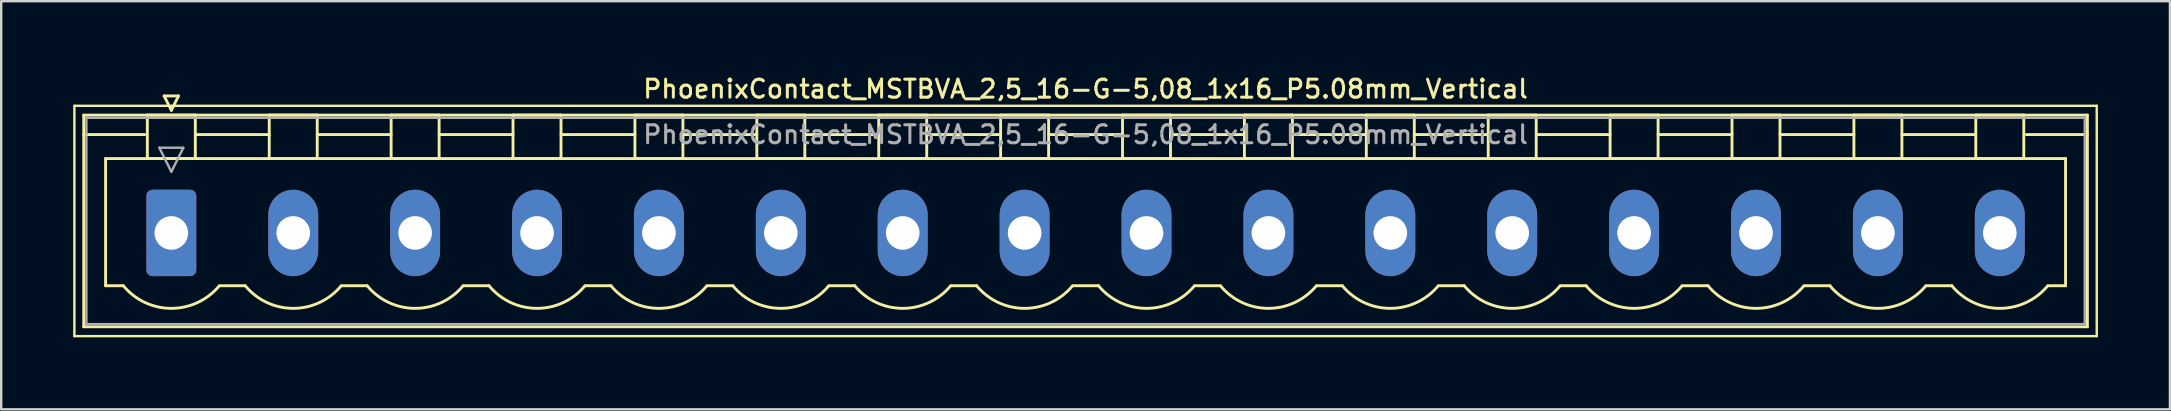
<source format=kicad_pcb>
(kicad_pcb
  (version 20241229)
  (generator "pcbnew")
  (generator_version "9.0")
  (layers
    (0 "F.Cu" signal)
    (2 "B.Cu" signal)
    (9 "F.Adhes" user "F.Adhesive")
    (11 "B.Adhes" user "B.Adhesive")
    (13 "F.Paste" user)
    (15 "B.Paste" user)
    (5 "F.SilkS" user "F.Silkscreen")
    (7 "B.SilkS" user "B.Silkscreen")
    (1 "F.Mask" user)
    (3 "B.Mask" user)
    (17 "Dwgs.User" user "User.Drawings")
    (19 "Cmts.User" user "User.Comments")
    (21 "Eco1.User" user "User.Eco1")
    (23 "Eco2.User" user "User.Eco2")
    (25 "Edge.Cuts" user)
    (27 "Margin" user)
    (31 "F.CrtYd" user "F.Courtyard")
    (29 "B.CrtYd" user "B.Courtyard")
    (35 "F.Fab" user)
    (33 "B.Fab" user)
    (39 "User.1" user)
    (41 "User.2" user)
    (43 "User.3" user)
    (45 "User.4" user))
  (footprint "PhoenixContact_MSTBVA_2,5_16-G-5,08_1x16_P5.08mm_Vertical"
    (layer "F.Cu")
    (at 4.09 6.658)
    (property "Reference" "PhoenixContact_MSTBVA_2,5_16-G-5,08_1x16_P5.08mm_Vertical" (at 38.1 -6 0) (layer "F.SilkS") (effects (font (size 0.75 0.75) (thickness 0.125))))
    (attr through_hole)
    (fp_line (start -4.04 -5.3) (end -4.04 4.3) (stroke (width 0.1) (type solid)) (layer "F.SilkS"))
    (fp_line (start -4.04 4.3) (end 80.24 4.3) (stroke (width 0.1) (type solid)) (layer "F.SilkS"))
    (fp_line (start -3.65 -4.91) (end -3.65 3.91) (stroke (width 0.12) (type solid)) (layer "F.SilkS"))
    (fp_line (start -3.65 -4.1) (end -1.11 -4.1) (stroke (width 0.12) (type solid)) (layer "F.SilkS"))
    (fp_line (start -3.65 3.91) (end 79.85 3.91) (stroke (width 0.12) (type solid)) (layer "F.SilkS"))
    (fp_line (start -2.74 -3.1) (end 78.94 -3.1) (stroke (width 0.12) (type solid)) (layer "F.SilkS"))
    (fp_line (start -2.74 2.2) (end -2.74 -3.1) (stroke (width 0.12) (type solid)) (layer "F.SilkS"))
    (fp_line (start -2 2.2) (end -2.74 2.2) (stroke (width 0.12) (type solid)) (layer "F.SilkS"))
    (fp_line (start -1 -4.91) (end 1 -4.91) (stroke (width 0.12) (type solid)) (layer "F.SilkS"))
    (fp_line (start -1 -3.1) (end -1 -4.91) (stroke (width 0.12) (type solid)) (layer "F.SilkS"))
    (fp_line (start -0.3 -5.71) (end 0.3 -5.71) (stroke (width 0.12) (type solid)) (layer "F.SilkS"))
    (fp_line (start 0 -5.11) (end -0.3 -5.71) (stroke (width 0.12) (type solid)) (layer "F.SilkS"))
    (fp_line (start 0.3 -5.71) (end 0 -5.11) (stroke (width 0.12) (type solid)) (layer "F.SilkS"))
    (fp_line (start 1 -4.91) (end 1 -3.1) (stroke (width 0.12) (type solid)) (layer "F.SilkS"))
    (fp_line (start 1 -4.1) (end 4.08 -4.1) (stroke (width 0.12) (type solid)) (layer "F.SilkS"))
    (fp_line (start 1 -3.1) (end -1 -3.1) (stroke (width 0.12) (type solid)) (layer "F.SilkS"))
    (fp_line (start 2 2.2) (end 3.08 2.2) (stroke (width 0.12) (type solid)) (layer "F.SilkS"))
    (fp_line (start 4.08 -4.91) (end 6.08 -4.91) (stroke (width 0.12) (type solid)) (layer "F.SilkS"))
    (fp_line (start 4.08 -3.1) (end 4.08 -4.91) (stroke (width 0.12) (type solid)) (layer "F.SilkS"))
    (fp_line (start 6.08 -4.91) (end 6.08 -3.1) (stroke (width 0.12) (type solid)) (layer "F.SilkS"))
    (fp_line (start 6.08 -4.1) (end 9.16 -4.1) (stroke (width 0.12) (type solid)) (layer "F.SilkS"))
    (fp_line (start 6.08 -3.1) (end 4.08 -3.1) (stroke (width 0.12) (type solid)) (layer "F.SilkS"))
    (fp_line (start 7.08 2.2) (end 8.16 2.2) (stroke (width 0.12) (type solid)) (layer "F.SilkS"))
    (fp_line (start 9.16 -4.91) (end 11.16 -4.91) (stroke (width 0.12) (type solid)) (layer "F.SilkS"))
    (fp_line (start 9.16 -3.1) (end 9.16 -4.91) (stroke (width 0.12) (type solid)) (layer "F.SilkS"))
    (fp_line (start 11.16 -4.91) (end 11.16 -3.1) (stroke (width 0.12) (type solid)) (layer "F.SilkS"))
    (fp_line (start 11.16 -4.1) (end 14.24 -4.1) (stroke (width 0.12) (type solid)) (layer "F.SilkS"))
    (fp_line (start 11.16 -3.1) (end 9.16 -3.1) (stroke (width 0.12) (type solid)) (layer "F.SilkS"))
    (fp_line (start 12.16 2.2) (end 13.24 2.2) (stroke (width 0.12) (type solid)) (layer "F.SilkS"))
    (fp_line (start 14.24 -4.91) (end 16.24 -4.91) (stroke (width 0.12) (type solid)) (layer "F.SilkS"))
    (fp_line (start 14.24 -3.1) (end 14.24 -4.91) (stroke (width 0.12) (type solid)) (layer "F.SilkS"))
    (fp_line (start 16.24 -4.91) (end 16.24 -3.1) (stroke (width 0.12) (type solid)) (layer "F.SilkS"))
    (fp_line (start 16.24 -4.1) (end 19.32 -4.1) (stroke (width 0.12) (type solid)) (layer "F.SilkS"))
    (fp_line (start 16.24 -3.1) (end 14.24 -3.1) (stroke (width 0.12) (type solid)) (layer "F.SilkS"))
    (fp_line (start 17.24 2.2) (end 18.32 2.2) (stroke (width 0.12) (type solid)) (layer "F.SilkS"))
    (fp_line (start 19.32 -4.91) (end 21.32 -4.91) (stroke (width 0.12) (type solid)) (layer "F.SilkS"))
    (fp_line (start 19.32 -3.1) (end 19.32 -4.91) (stroke (width 0.12) (type solid)) (layer "F.SilkS"))
    (fp_line (start 21.32 -4.91) (end 21.32 -3.1) (stroke (width 0.12) (type solid)) (layer "F.SilkS"))
    (fp_line (start 21.32 -4.1) (end 24.4 -4.1) (stroke (width 0.12) (type solid)) (layer "F.SilkS"))
    (fp_line (start 21.32 -3.1) (end 19.32 -3.1) (stroke (width 0.12) (type solid)) (layer "F.SilkS"))
    (fp_line (start 22.32 2.2) (end 23.4 2.2) (stroke (width 0.12) (type solid)) (layer "F.SilkS"))
    (fp_line (start 24.4 -4.91) (end 26.4 -4.91) (stroke (width 0.12) (type solid)) (layer "F.SilkS"))
    (fp_line (start 24.4 -3.1) (end 24.4 -4.91) (stroke (width 0.12) (type solid)) (layer "F.SilkS"))
    (fp_line (start 26.4 -4.91) (end 26.4 -3.1) (stroke (width 0.12) (type solid)) (layer "F.SilkS"))
    (fp_line (start 26.4 -4.1) (end 29.48 -4.1) (stroke (width 0.12) (type solid)) (layer "F.SilkS"))
    (fp_line (start 26.4 -3.1) (end 24.4 -3.1) (stroke (width 0.12) (type solid)) (layer "F.SilkS"))
    (fp_line (start 27.4 2.2) (end 28.48 2.2) (stroke (width 0.12) (type solid)) (layer "F.SilkS"))
    (fp_line (start 29.48 -4.91) (end 31.48 -4.91) (stroke (width 0.12) (type solid)) (layer "F.SilkS"))
    (fp_line (start 29.48 -3.1) (end 29.48 -4.91) (stroke (width 0.12) (type solid)) (layer "F.SilkS"))
    (fp_line (start 31.48 -4.91) (end 31.48 -3.1) (stroke (width 0.12) (type solid)) (layer "F.SilkS"))
    (fp_line (start 31.48 -4.1) (end 34.56 -4.1) (stroke (width 0.12) (type solid)) (layer "F.SilkS"))
    (fp_line (start 31.48 -3.1) (end 29.48 -3.1) (stroke (width 0.12) (type solid)) (layer "F.SilkS"))
    (fp_line (start 32.48 2.2) (end 33.56 2.2) (stroke (width 0.12) (type solid)) (layer "F.SilkS"))
    (fp_line (start 34.56 -4.91) (end 36.56 -4.91) (stroke (width 0.12) (type solid)) (layer "F.SilkS"))
    (fp_line (start 34.56 -3.1) (end 34.56 -4.91) (stroke (width 0.12) (type solid)) (layer "F.SilkS"))
    (fp_line (start 36.56 -4.91) (end 36.56 -3.1) (stroke (width 0.12) (type solid)) (layer "F.SilkS"))
    (fp_line (start 36.56 -4.1) (end 39.64 -4.1) (stroke (width 0.12) (type solid)) (layer "F.SilkS"))
    (fp_line (start 36.56 -3.1) (end 34.56 -3.1) (stroke (width 0.12) (type solid)) (layer "F.SilkS"))
    (fp_line (start 37.56 2.2) (end 38.64 2.2) (stroke (width 0.12) (type solid)) (layer "F.SilkS"))
    (fp_line (start 39.64 -4.91) (end 41.64 -4.91) (stroke (width 0.12) (type solid)) (layer "F.SilkS"))
    (fp_line (start 39.64 -3.1) (end 39.64 -4.91) (stroke (width 0.12) (type solid)) (layer "F.SilkS"))
    (fp_line (start 41.64 -4.91) (end 41.64 -3.1) (stroke (width 0.12) (type solid)) (layer "F.SilkS"))
    (fp_line (start 41.64 -4.1) (end 44.72 -4.1) (stroke (width 0.12) (type solid)) (layer "F.SilkS"))
    (fp_line (start 41.64 -3.1) (end 39.64 -3.1) (stroke (width 0.12) (type solid)) (layer "F.SilkS"))
    (fp_line (start 42.64 2.2) (end 43.72 2.2) (stroke (width 0.12) (type solid)) (layer "F.SilkS"))
    (fp_line (start 44.72 -4.91) (end 46.72 -4.91) (stroke (width 0.12) (type solid)) (layer "F.SilkS"))
    (fp_line (start 44.72 -3.1) (end 44.72 -4.91) (stroke (width 0.12) (type solid)) (layer "F.SilkS"))
    (fp_line (start 46.72 -4.91) (end 46.72 -3.1) (stroke (width 0.12) (type solid)) (layer "F.SilkS"))
    (fp_line (start 46.72 -4.1) (end 49.8 -4.1) (stroke (width 0.12) (type solid)) (layer "F.SilkS"))
    (fp_line (start 46.72 -3.1) (end 44.72 -3.1) (stroke (width 0.12) (type solid)) (layer "F.SilkS"))
    (fp_line (start 47.72 2.2) (end 48.8 2.2) (stroke (width 0.12) (type solid)) (layer "F.SilkS"))
    (fp_line (start 49.8 -4.91) (end 51.8 -4.91) (stroke (width 0.12) (type solid)) (layer "F.SilkS"))
    (fp_line (start 49.8 -3.1) (end 49.8 -4.91) (stroke (width 0.12) (type solid)) (layer "F.SilkS"))
    (fp_line (start 51.8 -4.91) (end 51.8 -3.1) (stroke (width 0.12) (type solid)) (layer "F.SilkS"))
    (fp_line (start 51.8 -4.1) (end 54.88 -4.1) (stroke (width 0.12) (type solid)) (layer "F.SilkS"))
    (fp_line (start 51.8 -3.1) (end 49.8 -3.1) (stroke (width 0.12) (type solid)) (layer "F.SilkS"))
    (fp_line (start 52.8 2.2) (end 53.88 2.2) (stroke (width 0.12) (type solid)) (layer "F.SilkS"))
    (fp_line (start 54.88 -4.91) (end 56.88 -4.91) (stroke (width 0.12) (type solid)) (layer "F.SilkS"))
    (fp_line (start 54.88 -3.1) (end 54.88 -4.91) (stroke (width 0.12) (type solid)) (layer "F.SilkS"))
    (fp_line (start 56.88 -4.91) (end 56.88 -3.1) (stroke (width 0.12) (type solid)) (layer "F.SilkS"))
    (fp_line (start 56.88 -4.1) (end 59.96 -4.1) (stroke (width 0.12) (type solid)) (layer "F.SilkS"))
    (fp_line (start 56.88 -3.1) (end 54.88 -3.1) (stroke (width 0.12) (type solid)) (layer "F.SilkS"))
    (fp_line (start 57.88 2.2) (end 58.96 2.2) (stroke (width 0.12) (type solid)) (layer "F.SilkS"))
    (fp_line (start 59.96 -4.91) (end 61.96 -4.91) (stroke (width 0.12) (type solid)) (layer "F.SilkS"))
    (fp_line (start 59.96 -3.1) (end 59.96 -4.91) (stroke (width 0.12) (type solid)) (layer "F.SilkS"))
    (fp_line (start 61.96 -4.91) (end 61.96 -3.1) (stroke (width 0.12) (type solid)) (layer "F.SilkS"))
    (fp_line (start 61.96 -4.1) (end 65.04 -4.1) (stroke (width 0.12) (type solid)) (layer "F.SilkS"))
    (fp_line (start 61.96 -3.1) (end 59.96 -3.1) (stroke (width 0.12) (type solid)) (layer "F.SilkS"))
    (fp_line (start 62.96 2.2) (end 64.04 2.2) (stroke (width 0.12) (type solid)) (layer "F.SilkS"))
    (fp_line (start 65.04 -4.91) (end 67.04 -4.91) (stroke (width 0.12) (type solid)) (layer "F.SilkS"))
    (fp_line (start 65.04 -3.1) (end 65.04 -4.91) (stroke (width 0.12) (type solid)) (layer "F.SilkS"))
    (fp_line (start 67.04 -4.91) (end 67.04 -3.1) (stroke (width 0.12) (type solid)) (layer "F.SilkS"))
    (fp_line (start 67.04 -4.1) (end 70.12 -4.1) (stroke (width 0.12) (type solid)) (layer "F.SilkS"))
    (fp_line (start 67.04 -3.1) (end 65.04 -3.1) (stroke (width 0.12) (type solid)) (layer "F.SilkS"))
    (fp_line (start 68.04 2.2) (end 69.12 2.2) (stroke (width 0.12) (type solid)) (layer "F.SilkS"))
    (fp_line (start 70.12 -4.91) (end 72.12 -4.91) (stroke (width 0.12) (type solid)) (layer "F.SilkS"))
    (fp_line (start 70.12 -3.1) (end 70.12 -4.91) (stroke (width 0.12) (type solid)) (layer "F.SilkS"))
    (fp_line (start 72.12 -4.91) (end 72.12 -3.1) (stroke (width 0.12) (type solid)) (layer "F.SilkS"))
    (fp_line (start 72.12 -4.1) (end 75.2 -4.1) (stroke (width 0.12) (type solid)) (layer "F.SilkS"))
    (fp_line (start 72.12 -3.1) (end 70.12 -3.1) (stroke (width 0.12) (type solid)) (layer "F.SilkS"))
    (fp_line (start 73.12 2.2) (end 74.2 2.2) (stroke (width 0.12) (type solid)) (layer "F.SilkS"))
    (fp_line (start 75.2 -4.91) (end 77.2 -4.91) (stroke (width 0.12) (type solid)) (layer "F.SilkS"))
    (fp_line (start 75.2 -3.1) (end 75.2 -4.91) (stroke (width 0.12) (type solid)) (layer "F.SilkS"))
    (fp_line (start 77.2 -4.91) (end 77.2 -3.1) (stroke (width 0.12) (type solid)) (layer "F.SilkS"))
    (fp_line (start 77.2 -3.1) (end 75.2 -3.1) (stroke (width 0.12) (type solid)) (layer "F.SilkS"))
    (fp_line (start 78.94 -3.1) (end 78.94 2.2) (stroke (width 0.12) (type solid)) (layer "F.SilkS"))
    (fp_line (start 78.94 2.2) (end 78.2 2.2) (stroke (width 0.12) (type solid)) (layer "F.SilkS"))
    (fp_line (start 79.85 -4.91) (end -3.65 -4.91) (stroke (width 0.12) (type solid)) (layer "F.SilkS"))
    (fp_line (start 79.85 -4.1) (end 77.31 -4.1) (stroke (width 0.12) (type solid)) (layer "F.SilkS"))
    (fp_line (start 79.85 3.91) (end 79.85 -4.91) (stroke (width 0.12) (type solid)) (layer "F.SilkS"))
    (fp_line (start 80.24 -5.3) (end -4.04 -5.3) (stroke (width 0.1) (type solid)) (layer "F.SilkS"))
    (fp_line (start 80.24 4.3) (end 80.24 -5.3) (stroke (width 0.1) (type solid)) (layer "F.SilkS"))
    (fp_arc (start 1.986842 2.215821) (mid -0.010289 3.142758) (end -2 2.2) (stroke (width 0.12) (type solid)) (layer "F.SilkS"))
    (fp_arc (start 7.066842 2.215821) (mid 5.069711 3.142758) (end 3.08 2.2) (stroke (width 0.12) (type solid)) (layer "F.SilkS"))
    (fp_arc (start 12.146842 2.215821) (mid 10.149711 3.142758) (end 8.16 2.2) (stroke (width 0.12) (type solid)) (layer "F.SilkS"))
    (fp_arc (start 17.226842 2.215821) (mid 15.229711 3.142758) (end 13.24 2.2) (stroke (width 0.12) (type solid)) (layer "F.SilkS"))
    (fp_arc (start 22.306842 2.215821) (mid 20.309711 3.142758) (end 18.32 2.2) (stroke (width 0.12) (type solid)) (layer "F.SilkS"))
    (fp_arc (start 27.386842 2.215821) (mid 25.389711 3.142758) (end 23.4 2.2) (stroke (width 0.12) (type solid)) (layer "F.SilkS"))
    (fp_arc (start 32.466842 2.215821) (mid 30.469711 3.142758) (end 28.48 2.2) (stroke (width 0.12) (type solid)) (layer "F.SilkS"))
    (fp_arc (start 37.546842 2.215821) (mid 35.549711 3.142758) (end 33.56 2.2) (stroke (width 0.12) (type solid)) (layer "F.SilkS"))
    (fp_arc (start 42.626842 2.215821) (mid 40.629711 3.142758) (end 38.64 2.2) (stroke (width 0.12) (type solid)) (layer "F.SilkS"))
    (fp_arc (start 47.706842 2.215821) (mid 45.709711 3.142758) (end 43.72 2.2) (stroke (width 0.12) (type solid)) (layer "F.SilkS"))
    (fp_arc (start 52.786842 2.215821) (mid 50.789711 3.142758) (end 48.8 2.2) (stroke (width 0.12) (type solid)) (layer "F.SilkS"))
    (fp_arc (start 57.866842 2.215821) (mid 55.869711 3.142758) (end 53.88 2.2) (stroke (width 0.12) (type solid)) (layer "F.SilkS"))
    (fp_arc (start 62.946842 2.215821) (mid 60.949711 3.142758) (end 58.96 2.2) (stroke (width 0.12) (type solid)) (layer "F.SilkS"))
    (fp_arc (start 68.026842 2.215821) (mid 66.029711 3.142758) (end 64.04 2.2) (stroke (width 0.12) (type solid)) (layer "F.SilkS"))
    (fp_arc (start 73.106842 2.215821) (mid 71.109711 3.142758) (end 69.12 2.2) (stroke (width 0.12) (type solid)) (layer "F.SilkS"))
    (fp_arc (start 78.186842 2.215821) (mid 76.189711 3.142758) (end 74.2 2.2) (stroke (width 0.12) (type solid)) (layer "F.SilkS"))
    (fp_line (start -3.54 -4.8) (end -3.54 3.8) (stroke (width 0.1) (type solid)) (layer "F.Fab"))
    (fp_line (start -3.54 3.8) (end 79.74 3.8) (stroke (width 0.1) (type solid)) (layer "F.Fab"))
    (fp_line (start -0.5 -3.55) (end 0.5 -3.55) (stroke (width 0.1) (type solid)) (layer "F.Fab"))
    (fp_line (start 0 -2.55) (end -0.5 -3.55) (stroke (width 0.1) (type solid)) (layer "F.Fab"))
    (fp_line (start 0.5 -3.55) (end 0 -2.55) (stroke (width 0.1) (type solid)) (layer "F.Fab"))
    (fp_line (start 79.74 -4.8) (end -3.54 -4.8) (stroke (width 0.1) (type solid)) (layer "F.Fab"))
    (fp_line (start 79.74 3.8) (end 79.74 -4.8) (stroke (width 0.1) (type solid)) (layer "F.Fab"))
    (fp_text user "${REFERENCE}" (at 38.1 -4.1 0) (layer "F.Fab") (effects (font (size 0.75 0.75) (thickness 0.125))))
    (pad "1" thru_hole roundrect (at 0 0) (size 2.08 3.6) (drill 1.4) (layers "*.Cu" "*.Mask") (roundrect_rratio 0.12))
    (pad "2" thru_hole oval (at 5.08 0) (size 2.08 3.6) (drill 1.4) (layers "*.Cu" "*.Mask"))
    (pad "3" thru_hole oval (at 10.16 0) (size 2.08 3.6) (drill 1.4) (layers "*.Cu" "*.Mask"))
    (pad "4" thru_hole oval (at 15.24 0) (size 2.08 3.6) (drill 1.4) (layers "*.Cu" "*.Mask"))
    (pad "5" thru_hole oval (at 20.32 0) (size 2.08 3.6) (drill 1.4) (layers "*.Cu" "*.Mask"))
    (pad "6" thru_hole oval (at 25.4 0) (size 2.08 3.6) (drill 1.4) (layers "*.Cu" "*.Mask"))
    (pad "7" thru_hole oval (at 30.48 0) (size 2.08 3.6) (drill 1.4) (layers "*.Cu" "*.Mask"))
    (pad "8" thru_hole oval (at 35.56 0) (size 2.08 3.6) (drill 1.4) (layers "*.Cu" "*.Mask"))
    (pad "9" thru_hole oval (at 40.64 0) (size 2.08 3.6) (drill 1.4) (layers "*.Cu" "*.Mask"))
    (pad "10" thru_hole oval (at 45.72 0) (size 2.08 3.6) (drill 1.4) (layers "*.Cu" "*.Mask"))
    (pad "11" thru_hole oval (at 50.8 0) (size 2.08 3.6) (drill 1.4) (layers "*.Cu" "*.Mask"))
    (pad "12" thru_hole oval (at 55.88 0) (size 2.08 3.6) (drill 1.4) (layers "*.Cu" "*.Mask"))
    (pad "13" thru_hole oval (at 60.96 0) (size 2.08 3.6) (drill 1.4) (layers "*.Cu" "*.Mask"))
    (pad "14" thru_hole oval (at 66.04 0) (size 2.08 3.6) (drill 1.4) (layers "*.Cu" "*.Mask"))
    (pad "15" thru_hole oval (at 71.12 0) (size 2.08 3.6) (drill 1.4) (layers "*.Cu" "*.Mask"))
    (pad "16" thru_hole oval (at 76.2 0) (size 2.08 3.6) (drill 1.4) (layers "*.Cu" "*.Mask")))
  (gr_rect
    (start -3 -3)
    (end 87.38 14.008)
    (stroke (width 0.1) (type default))
    (fill no)
    (layer "Edge.Cuts")))
</source>
